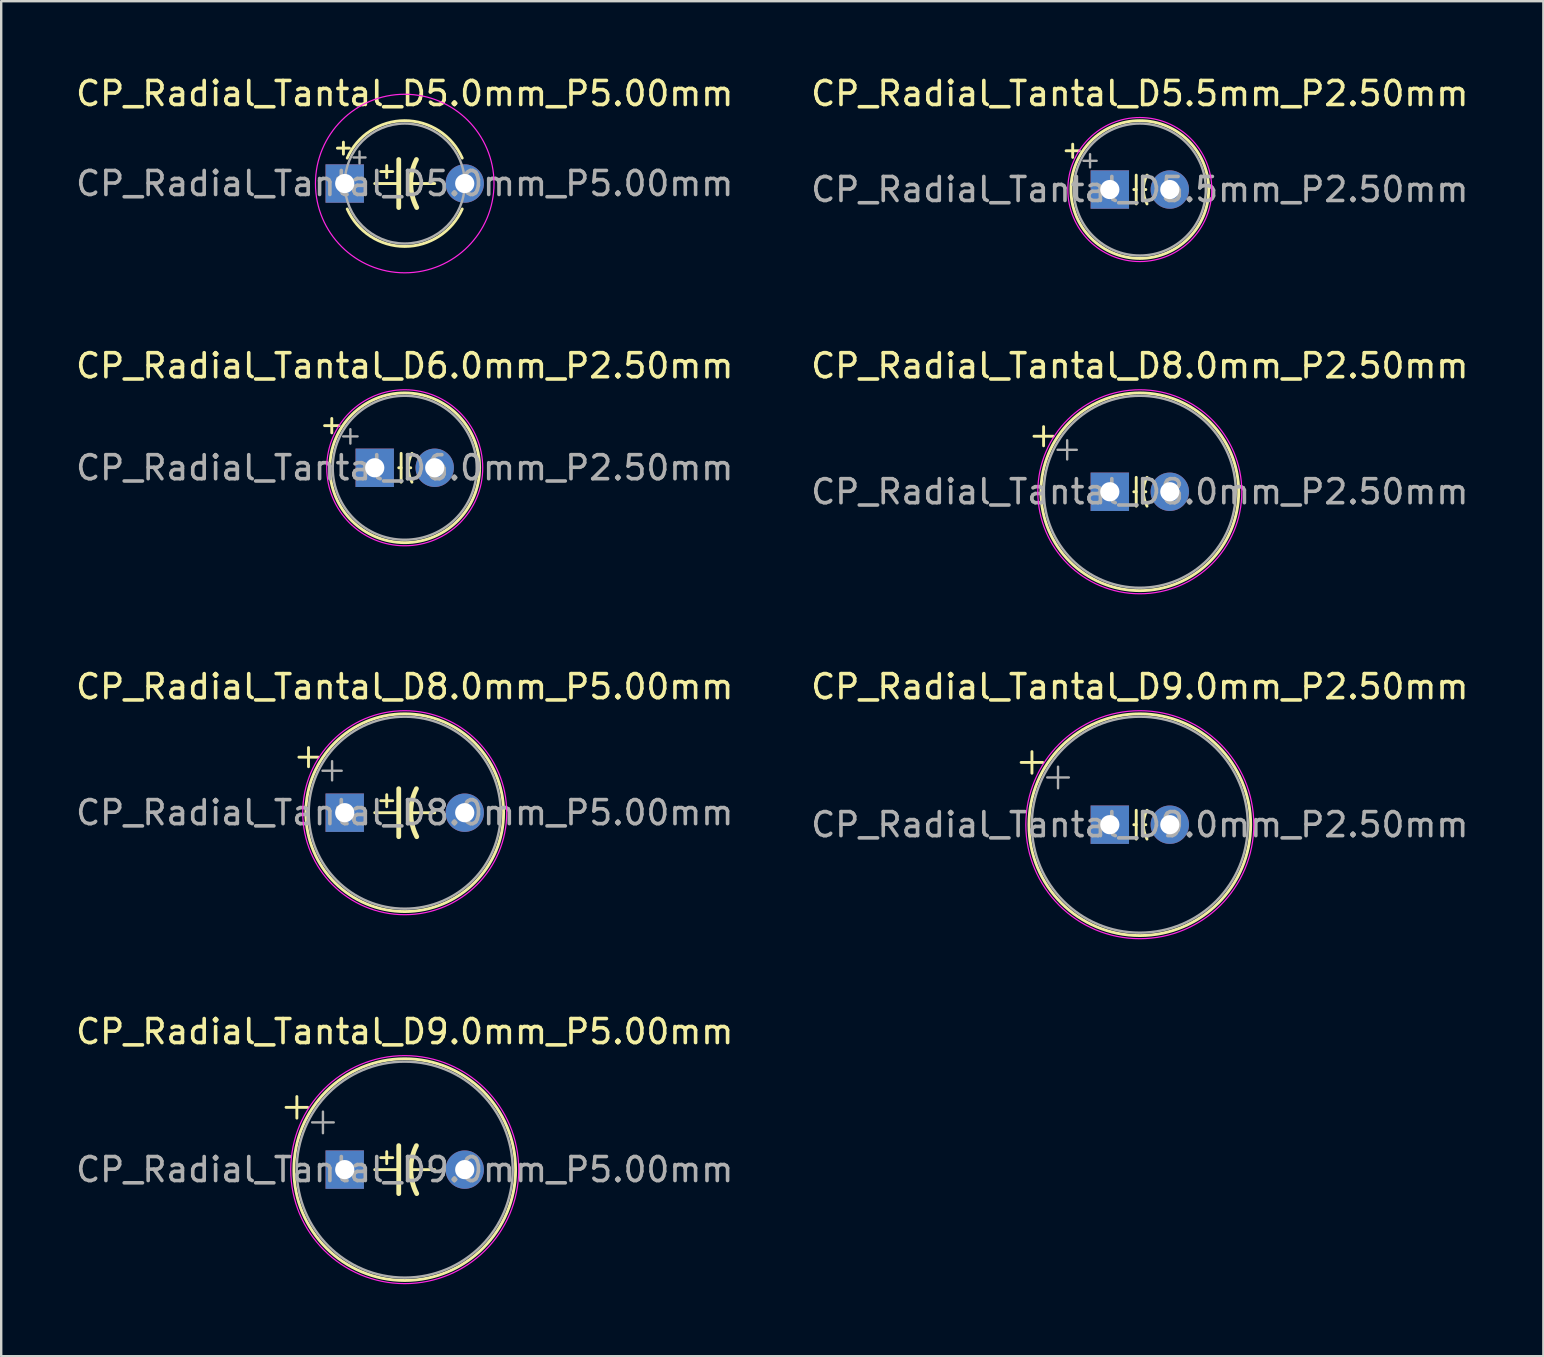
<source format=kicad_pcb>
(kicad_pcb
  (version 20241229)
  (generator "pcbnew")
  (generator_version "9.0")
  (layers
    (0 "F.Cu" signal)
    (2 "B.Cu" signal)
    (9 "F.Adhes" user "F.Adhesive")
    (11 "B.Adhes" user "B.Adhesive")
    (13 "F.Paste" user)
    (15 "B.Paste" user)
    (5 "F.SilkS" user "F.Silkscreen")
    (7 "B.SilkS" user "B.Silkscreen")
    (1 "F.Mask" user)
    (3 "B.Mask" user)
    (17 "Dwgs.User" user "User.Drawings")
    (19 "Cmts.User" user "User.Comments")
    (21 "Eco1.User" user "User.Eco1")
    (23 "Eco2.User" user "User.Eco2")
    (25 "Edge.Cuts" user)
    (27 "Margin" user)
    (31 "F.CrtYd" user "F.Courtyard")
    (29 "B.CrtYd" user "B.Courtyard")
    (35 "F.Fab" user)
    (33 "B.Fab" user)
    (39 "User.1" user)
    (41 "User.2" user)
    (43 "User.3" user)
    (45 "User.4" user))
  (footprint "CP_Radial_Tantal_D8.0mm_P2.50mm"
    (layer "F.Cu")
    (at 43.196 17.442)
    (property "Reference" "CP_Radial_Tantal_D8.0mm_P2.50mm" (at 1.25 -5.25 0) (layer "F.SilkS") (effects (font (size 1 1) (thickness 0.15))))
    (attr through_hole)
    (fp_line (start -3.16 -2.315) (end -2.36 -2.315) (stroke (width 0.12) (type solid)) (layer "F.SilkS"))
    (fp_line (start -2.76 -2.715) (end -2.76 -1.915) (stroke (width 0.12) (type solid)) (layer "F.SilkS"))
    (fp_line (start 1.1 -0.6) (end 1.1 0.6) (stroke (width 0.12) (type solid)) (layer "F.SilkS"))
    (fp_line (start 1.1 0) (end 1 0) (stroke (width 0.12) (type solid)) (layer "F.SilkS"))
    (fp_line (start 1.4 0) (end 1.5 0) (stroke (width 0.12) (type solid)) (layer "F.SilkS"))
    (fp_arc (start 1.4 0) (mid 1.4381 -0.309225) (end 1.55 -0.6) (stroke (width 0.12) (type solid)) (layer "F.SilkS"))
    (fp_arc (start 1.55 0.6) (mid 1.440022 0.308744) (end 1.4 0) (stroke (width 0.12) (type solid)) (layer "F.SilkS"))
    (fp_circle (center 1.25 0) (end 5.37 0) (stroke (width 0.12) (type solid)) (fill no) (layer "F.SilkS"))
    (fp_circle (center 1.25 0) (end 5.5 0) (stroke (width 0.05) (type solid)) (fill no) (layer "F.CrtYd"))
    (fp_line (start -2.177 -1.748) (end -1.377 -1.748) (stroke (width 0.1) (type solid)) (layer "F.Fab"))
    (fp_line (start -1.777 -2.147) (end -1.777 -1.347) (stroke (width 0.1) (type solid)) (layer "F.Fab"))
    (fp_circle (center 1.25 0) (end 5.25 0) (stroke (width 0.1) (type solid)) (fill no) (layer "F.Fab"))
    (fp_text user "${REFERENCE}" (at 1.25 0 0) (layer "F.Fab") (effects (font (size 1 1) (thickness 0.15))))
    (pad "1" thru_hole rect (at 0 0) (size 1.6 1.6) (drill 0.8) (layers "*.Cu" "*.Mask"))
    (pad "2" thru_hole circle (at 2.5 0) (size 1.6 1.6) (drill 0.8) (layers "*.Cu" "*.Mask")))
  (footprint "CP_Radial_Tantal_D5.0mm_P5.00mm"
    (layer "F.Cu")
    (at 11.315 4.598)
    (property "Reference" "CP_Radial_Tantal_D5.0mm_P5.00mm" (at 2.5 -3.75 0) (layer "F.SilkS") (effects (font (size 1 1) (thickness 0.15))))
    (attr through_hole)
    (fp_line (start -0.305 -1.475) (end 0.195 -1.475) (stroke (width 0.12) (type solid)) (layer "F.SilkS"))
    (fp_line (start -0.055 -1.725) (end -0.055 -1.225) (stroke (width 0.12) (type solid)) (layer "F.SilkS"))
    (fp_line (start 1.25 0) (end 2.25 0) (stroke (width 0.12) (type solid)) (layer "F.SilkS"))
    (fp_line (start 1.5 -0.5) (end 2 -0.5) (stroke (width 0.12) (type solid)) (layer "F.SilkS"))
    (fp_line (start 1.75 -0.25) (end 1.75 -0.75) (stroke (width 0.12) (type solid)) (layer "F.SilkS"))
    (fp_line (start 2.25 -1) (end 2.25 1) (stroke (width 0.2) (type solid)) (layer "F.SilkS"))
    (fp_line (start 3.75 0) (end 2.75 0) (stroke (width 0.12) (type solid)) (layer "F.SilkS"))
    (fp_arc (start 0.104003 -1.06) (mid 2.5 -2.62) (end 4.895997 -1.06) (stroke (width 0.12) (type solid)) (layer "F.SilkS"))
    (fp_arc (start 2.75 0) (mid 2.810254 -0.5139) (end 2.987539 -1) (stroke (width 0.2) (type solid)) (layer "F.SilkS"))
    (fp_arc (start 3 1) (mid 2.816707 0.514573) (end 2.75 0) (stroke (width 0.2) (type solid)) (layer "F.SilkS"))
    (fp_arc (start 4.895997 1.06) (mid 2.5 2.62) (end 0.104003 1.06) (stroke (width 0.12) (type solid)) (layer "F.SilkS"))
    (fp_circle (center 2.5 0) (end 6.22 0) (stroke (width 0.05) (type solid)) (fill no) (layer "F.CrtYd"))
    (fp_line (start 0.366 -1.087) (end 0.866 -1.087) (stroke (width 0.1) (type solid)) (layer "F.Fab"))
    (fp_line (start 0.616 -1.337) (end 0.616 -0.838) (stroke (width 0.1) (type solid)) (layer "F.Fab"))
    (fp_circle (center 2.5 0) (end 5 0) (stroke (width 0.1) (type solid)) (fill no) (layer "F.Fab"))
    (fp_text user "${REFERENCE}" (at 2.5 0 0) (layer "F.Fab") (effects (font (size 1 1) (thickness 0.15))))
    (pad "1" thru_hole rect (at 0 0) (size 1.6 1.6) (drill 0.8) (layers "*.Cu" "*.Mask"))
    (pad "2" thru_hole circle (at 5 0) (size 1.6 1.6) (drill 0.8) (layers "*.Cu" "*.Mask")))
  (footprint "CP_Radial_Tantal_D5.5mm_P2.50mm"
    (layer "F.Cu")
    (at 43.196 4.848)
    (property "Reference" "CP_Radial_Tantal_D5.5mm_P2.50mm" (at 1.25 -4 0) (layer "F.SilkS") (effects (font (size 1 1) (thickness 0.15))))
    (attr through_hole)
    (fp_line (start -1.822 -1.615) (end -1.272 -1.615) (stroke (width 0.12) (type solid)) (layer "F.SilkS"))
    (fp_line (start -1.547 -1.89) (end -1.547 -1.34) (stroke (width 0.12) (type solid)) (layer "F.SilkS"))
    (fp_line (start 1.1 -0.6) (end 1.1 0.6) (stroke (width 0.12) (type solid)) (layer "F.SilkS"))
    (fp_line (start 1.1 0) (end 1 0) (stroke (width 0.12) (type solid)) (layer "F.SilkS"))
    (fp_line (start 1.4 0) (end 1.5 0) (stroke (width 0.12) (type solid)) (layer "F.SilkS"))
    (fp_arc (start 1.4 0) (mid 1.4381 -0.309225) (end 1.55 -0.6) (stroke (width 0.12) (type solid)) (layer "F.SilkS"))
    (fp_arc (start 1.55 0.6) (mid 1.440022 0.308744) (end 1.4 0) (stroke (width 0.12) (type solid)) (layer "F.SilkS"))
    (fp_circle (center 1.25 0) (end 4.12 0) (stroke (width 0.12) (type solid)) (fill no) (layer "F.SilkS"))
    (fp_circle (center 1.25 0) (end 4.25 0) (stroke (width 0.05) (type solid)) (fill no) (layer "F.CrtYd"))
    (fp_line (start -1.099 -1.198) (end -0.549 -1.198) (stroke (width 0.1) (type solid)) (layer "F.Fab"))
    (fp_line (start -0.824 -1.472) (end -0.824 -0.922) (stroke (width 0.1) (type solid)) (layer "F.Fab"))
    (fp_circle (center 1.25 0) (end 4 0) (stroke (width 0.1) (type solid)) (fill no) (layer "F.Fab"))
    (fp_text user "${REFERENCE}" (at 1.25 0 0) (layer "F.Fab") (effects (font (size 1 1) (thickness 0.15))))
    (pad "1" thru_hole rect (at 0 0) (size 1.6 1.6) (drill 0.8) (layers "*.Cu" "*.Mask"))
    (pad "2" thru_hole circle (at 2.5 0) (size 1.6 1.6) (drill 0.8) (layers "*.Cu" "*.Mask")))
  (footprint "CP_Radial_Tantal_D6.0mm_P2.50mm"
    (layer "F.Cu")
    (at 12.565 16.442)
    (property "Reference" "CP_Radial_Tantal_D6.0mm_P2.50mm" (at 1.25 -4.25 0) (layer "F.SilkS") (effects (font (size 1 1) (thickness 0.15))))
    (attr through_hole)
    (fp_line (start -2.09 -1.755) (end -1.49 -1.755) (stroke (width 0.12) (type solid)) (layer "F.SilkS"))
    (fp_line (start -1.79 -2.055) (end -1.79 -1.455) (stroke (width 0.12) (type solid)) (layer "F.SilkS"))
    (fp_line (start 1.1 -0.6) (end 1.1 0.6) (stroke (width 0.12) (type solid)) (layer "F.SilkS"))
    (fp_line (start 1.1 0) (end 1 0) (stroke (width 0.12) (type solid)) (layer "F.SilkS"))
    (fp_line (start 1.4 0) (end 1.5 0) (stroke (width 0.12) (type solid)) (layer "F.SilkS"))
    (fp_arc (start 1.4 0) (mid 1.4381 -0.309225) (end 1.55 -0.6) (stroke (width 0.12) (type solid)) (layer "F.SilkS"))
    (fp_arc (start 1.55 0.6) (mid 1.440022 0.308744) (end 1.4 0) (stroke (width 0.12) (type solid)) (layer "F.SilkS"))
    (fp_circle (center 1.25 0) (end 4.37 0) (stroke (width 0.12) (type solid)) (fill no) (layer "F.SilkS"))
    (fp_circle (center 1.25 0) (end 4.5 0) (stroke (width 0.05) (type solid)) (fill no) (layer "F.CrtYd"))
    (fp_line (start -1.315 -1.308) (end -0.715 -1.308) (stroke (width 0.1) (type solid)) (layer "F.Fab"))
    (fp_line (start -1.015 -1.607) (end -1.015 -1.008) (stroke (width 0.1) (type solid)) (layer "F.Fab"))
    (fp_circle (center 1.25 0) (end 4.25 0) (stroke (width 0.1) (type solid)) (fill no) (layer "F.Fab"))
    (fp_text user "${REFERENCE}" (at 1.25 0 0) (layer "F.Fab") (effects (font (size 1 1) (thickness 0.15))))
    (pad "1" thru_hole rect (at 0 0) (size 1.6 1.6) (drill 0.8) (layers "*.Cu" "*.Mask"))
    (pad "2" thru_hole circle (at 2.5 0) (size 1.6 1.6) (drill 0.8) (layers "*.Cu" "*.Mask")))
  (footprint "CP_Radial_Tantal_D9.0mm_P5.00mm"
    (layer "F.Cu")
    (at 11.315 45.688)
    (property "Reference" "CP_Radial_Tantal_D9.0mm_P5.00mm" (at 2.5 -5.75 0) (layer "F.SilkS") (effects (font (size 1 1) (thickness 0.15))))
    (attr through_hole)
    (fp_line (start -2.445 -2.595) (end -1.545 -2.595) (stroke (width 0.12) (type solid)) (layer "F.SilkS"))
    (fp_line (start -1.995 -3.045) (end -1.995 -2.145) (stroke (width 0.12) (type solid)) (layer "F.SilkS"))
    (fp_line (start 1.25 0) (end 2.25 0) (stroke (width 0.12) (type solid)) (layer "F.SilkS"))
    (fp_line (start 1.5 -0.5) (end 2 -0.5) (stroke (width 0.12) (type solid)) (layer "F.SilkS"))
    (fp_line (start 1.75 -0.25) (end 1.75 -0.75) (stroke (width 0.12) (type solid)) (layer "F.SilkS"))
    (fp_line (start 2.25 -1) (end 2.25 1) (stroke (width 0.2) (type solid)) (layer "F.SilkS"))
    (fp_line (start 3.75 0) (end 2.75 0) (stroke (width 0.12) (type solid)) (layer "F.SilkS"))
    (fp_arc (start 2.75 0) (mid 2.810254 -0.5139) (end 2.987539 -1) (stroke (width 0.2) (type solid)) (layer "F.SilkS"))
    (fp_arc (start 3 1) (mid 2.816707 0.514573) (end 2.75 0) (stroke (width 0.2) (type solid)) (layer "F.SilkS"))
    (fp_circle (center 2.5 0) (end 7.12 0) (stroke (width 0.12) (type solid)) (fill no) (layer "F.SilkS"))
    (fp_circle (center 2.5 0) (end 7.25 0) (stroke (width 0.05) (type solid)) (fill no) (layer "F.CrtYd"))
    (fp_line (start -1.358 -1.968) (end -0.458 -1.968) (stroke (width 0.1) (type solid)) (layer "F.Fab"))
    (fp_line (start -0.908 -2.417) (end -0.908 -1.518) (stroke (width 0.1) (type solid)) (layer "F.Fab"))
    (fp_circle (center 2.5 0) (end 7 0) (stroke (width 0.1) (type solid)) (fill no) (layer "F.Fab"))
    (fp_text user "${REFERENCE}" (at 2.5 0 0) (layer "F.Fab") (effects (font (size 1 1) (thickness 0.15))))
    (pad "1" thru_hole rect (at 0 0) (size 1.6 1.6) (drill 0.8) (layers "*.Cu" "*.Mask"))
    (pad "2" thru_hole circle (at 5 0) (size 1.6 1.6) (drill 0.8) (layers "*.Cu" "*.Mask")))
  (footprint "CP_Radial_Tantal_D8.0mm_P5.00mm"
    (layer "F.Cu")
    (at 11.315 30.815)
    (property "Reference" "CP_Radial_Tantal_D8.0mm_P5.00mm" (at 2.5 -5.25 0) (layer "F.SilkS") (effects (font (size 1 1) (thickness 0.15))))
    (attr through_hole)
    (fp_line (start -1.91 -2.315) (end -1.11 -2.315) (stroke (width 0.12) (type solid)) (layer "F.SilkS"))
    (fp_line (start -1.51 -2.715) (end -1.51 -1.915) (stroke (width 0.12) (type solid)) (layer "F.SilkS"))
    (fp_line (start 1.25 0) (end 2.25 0) (stroke (width 0.12) (type solid)) (layer "F.SilkS"))
    (fp_line (start 1.5 -0.5) (end 2 -0.5) (stroke (width 0.12) (type solid)) (layer "F.SilkS"))
    (fp_line (start 1.75 -0.25) (end 1.75 -0.75) (stroke (width 0.12) (type solid)) (layer "F.SilkS"))
    (fp_line (start 2.25 -1) (end 2.25 1) (stroke (width 0.2) (type solid)) (layer "F.SilkS"))
    (fp_line (start 3.75 0) (end 2.75 0) (stroke (width 0.12) (type solid)) (layer "F.SilkS"))
    (fp_arc (start 2.75 0) (mid 2.810254 -0.5139) (end 2.987539 -1) (stroke (width 0.2) (type solid)) (layer "F.SilkS"))
    (fp_arc (start 3 1) (mid 2.816707 0.514573) (end 2.75 0) (stroke (width 0.2) (type solid)) (layer "F.SilkS"))
    (fp_circle (center 2.5 0) (end 6.62 0) (stroke (width 0.12) (type solid)) (fill no) (layer "F.SilkS"))
    (fp_circle (center 2.5 0) (end 6.75 0) (stroke (width 0.05) (type solid)) (fill no) (layer "F.CrtYd"))
    (fp_line (start -0.927 -1.748) (end -0.127 -1.748) (stroke (width 0.1) (type solid)) (layer "F.Fab"))
    (fp_line (start -0.527 -2.147) (end -0.527 -1.347) (stroke (width 0.1) (type solid)) (layer "F.Fab"))
    (fp_circle (center 2.5 0) (end 6.5 0) (stroke (width 0.1) (type solid)) (fill no) (layer "F.Fab"))
    (fp_text user "${REFERENCE}" (at 2.5 0 0) (layer "F.Fab") (effects (font (size 1 1) (thickness 0.15))))
    (pad "1" thru_hole rect (at 0 0) (size 1.6 1.6) (drill 0.8) (layers "*.Cu" "*.Mask"))
    (pad "2" thru_hole circle (at 5 0) (size 1.6 1.6) (drill 0.8) (layers "*.Cu" "*.Mask")))
  (footprint "CP_Radial_Tantal_D9.0mm_P2.50mm"
    (layer "F.Cu")
    (at 43.196 31.315)
    (property "Reference" "CP_Radial_Tantal_D9.0mm_P2.50mm" (at 1.25 -5.75 0) (layer "F.SilkS") (effects (font (size 1 1) (thickness 0.15))))
    (attr through_hole)
    (fp_line (start -3.695 -2.595) (end -2.795 -2.595) (stroke (width 0.12) (type solid)) (layer "F.SilkS"))
    (fp_line (start -3.245 -3.045) (end -3.245 -2.145) (stroke (width 0.12) (type solid)) (layer "F.SilkS"))
    (fp_line (start 1.1 -0.6) (end 1.1 0.6) (stroke (width 0.12) (type solid)) (layer "F.SilkS"))
    (fp_line (start 1.1 0) (end 1 0) (stroke (width 0.12) (type solid)) (layer "F.SilkS"))
    (fp_line (start 1.4 0) (end 1.5 0) (stroke (width 0.12) (type solid)) (layer "F.SilkS"))
    (fp_arc (start 1.4 0) (mid 1.4381 -0.309225) (end 1.55 -0.6) (stroke (width 0.12) (type solid)) (layer "F.SilkS"))
    (fp_arc (start 1.55 0.6) (mid 1.440022 0.308744) (end 1.4 0) (stroke (width 0.12) (type solid)) (layer "F.SilkS"))
    (fp_circle (center 1.25 0) (end 5.87 0) (stroke (width 0.12) (type solid)) (fill no) (layer "F.SilkS"))
    (fp_circle (center 1.25 0) (end 6 0) (stroke (width 0.05) (type solid)) (fill no) (layer "F.CrtYd"))
    (fp_line (start -2.608 -1.968) (end -1.708 -1.968) (stroke (width 0.1) (type solid)) (layer "F.Fab"))
    (fp_line (start -2.158 -2.417) (end -2.158 -1.518) (stroke (width 0.1) (type solid)) (layer "F.Fab"))
    (fp_circle (center 1.25 0) (end 5.75 0) (stroke (width 0.1) (type solid)) (fill no) (layer "F.Fab"))
    (fp_text user "${REFERENCE}" (at 1.25 0 0) (layer "F.Fab") (effects (font (size 1 1) (thickness 0.15))))
    (pad "1" thru_hole rect (at 0 0) (size 1.6 1.6) (drill 0.8) (layers "*.Cu" "*.Mask"))
    (pad "2" thru_hole circle (at 2.5 0) (size 1.6 1.6) (drill 0.8) (layers "*.Cu" "*.Mask")))
  (gr_rect
    (start -3 -3)
    (end 61.262 53.463)
    (stroke (width 0.1) (type default))
    (fill no)
    (layer "Edge.Cuts")))
</source>
